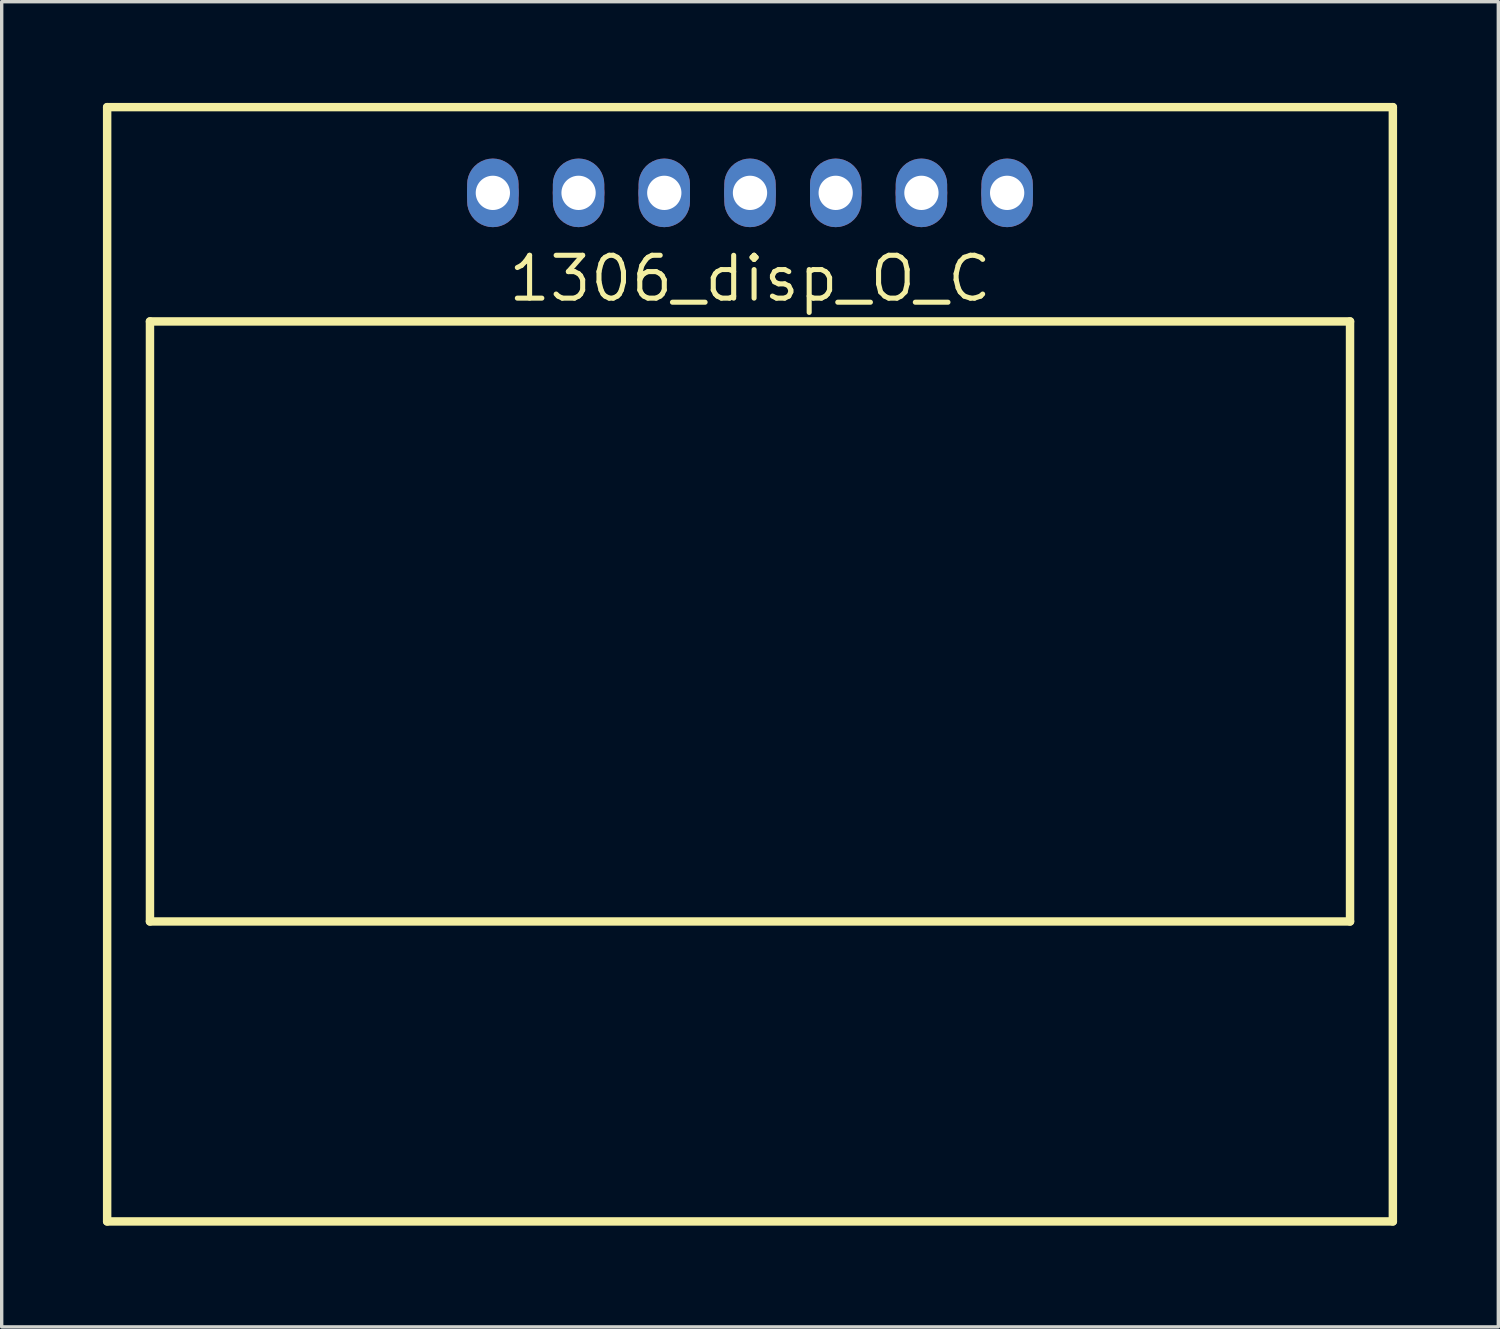
<source format=kicad_pcb>
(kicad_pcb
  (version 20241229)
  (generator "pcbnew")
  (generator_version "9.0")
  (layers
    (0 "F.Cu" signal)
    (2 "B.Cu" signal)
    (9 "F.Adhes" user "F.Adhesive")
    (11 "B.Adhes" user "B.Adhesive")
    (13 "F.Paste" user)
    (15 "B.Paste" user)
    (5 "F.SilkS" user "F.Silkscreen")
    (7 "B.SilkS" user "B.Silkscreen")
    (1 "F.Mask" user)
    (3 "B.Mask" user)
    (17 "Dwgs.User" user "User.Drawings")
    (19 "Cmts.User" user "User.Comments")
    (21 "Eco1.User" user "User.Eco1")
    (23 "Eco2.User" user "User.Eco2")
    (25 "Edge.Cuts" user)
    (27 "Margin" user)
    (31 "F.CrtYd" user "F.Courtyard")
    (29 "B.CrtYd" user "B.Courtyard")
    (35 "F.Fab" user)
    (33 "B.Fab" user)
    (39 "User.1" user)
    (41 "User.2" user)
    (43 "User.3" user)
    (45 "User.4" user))
  (footprint "1306_disp_O_C"
    (layer "F.Cu")
    (at 19.175 5.205)
    (property "Reference" "1306_disp_O_C" (at 0 0 0) (layer "F.SilkS") (effects (font (size 1.27 1.27) (thickness 0.15))))
    (fp_poly (pts (xy -7.501 -3.547) (xy -7.385 -3.519) (xy -7.275 -3.473) (xy -7.172 -3.411) (xy -7.081 -3.333) (xy -7.003 -3.242) (xy -6.941 -3.139) (xy -6.895 -3.029) (xy -6.867 -2.913) (xy -6.858 -2.794) (xy -6.858 -2.286) (xy -6.867 -2.167) (xy -6.895 -2.051) (xy -6.941 -1.941) (xy -7.003 -1.838) (xy -7.081 -1.747) (xy -7.172 -1.669) (xy -7.275 -1.607) (xy -7.385 -1.561) (xy -7.501 -1.533) (xy -7.62 -1.524) (xy -7.739 -1.533) (xy -7.855 -1.561) (xy -7.965 -1.607) (xy -8.068 -1.669) (xy -8.159 -1.747) (xy -8.237 -1.838) (xy -8.299 -1.941) (xy -8.345 -2.051) (xy -8.373 -2.167) (xy -8.382 -2.286) (xy -8.382 -2.794) (xy -8.373 -2.913) (xy -8.345 -3.029) (xy -8.299 -3.139) (xy -8.237 -3.242) (xy -8.159 -3.333) (xy -8.068 -3.411) (xy -7.965 -3.473) (xy -7.855 -3.519) (xy -7.739 -3.547) (xy -7.62 -3.556)) (stroke (width 0) (type default)) (fill yes) (layer "F.Cu"))
    (fp_poly (pts (xy -4.961 -3.547) (xy -4.845 -3.519) (xy -4.735 -3.473) (xy -4.632 -3.411) (xy -4.541 -3.333) (xy -4.463 -3.242) (xy -4.401 -3.139) (xy -4.355 -3.029) (xy -4.327 -2.913) (xy -4.318 -2.794) (xy -4.318 -2.286) (xy -4.327 -2.167) (xy -4.355 -2.051) (xy -4.401 -1.941) (xy -4.463 -1.838) (xy -4.541 -1.747) (xy -4.632 -1.669) (xy -4.735 -1.607) (xy -4.845 -1.561) (xy -4.961 -1.533) (xy -5.08 -1.524) (xy -5.199 -1.533) (xy -5.315 -1.561) (xy -5.425 -1.607) (xy -5.528 -1.669) (xy -5.619 -1.747) (xy -5.697 -1.838) (xy -5.759 -1.941) (xy -5.805 -2.051) (xy -5.833 -2.167) (xy -5.842 -2.286) (xy -5.842 -2.794) (xy -5.833 -2.913) (xy -5.805 -3.029) (xy -5.759 -3.139) (xy -5.697 -3.242) (xy -5.619 -3.333) (xy -5.528 -3.411) (xy -5.425 -3.473) (xy -5.315 -3.519) (xy -5.199 -3.547) (xy -5.08 -3.556)) (stroke (width 0) (type default)) (fill yes) (layer "F.Cu"))
    (fp_poly (pts (xy -2.421 -3.547) (xy -2.305 -3.519) (xy -2.195 -3.473) (xy -2.092 -3.411) (xy -2.001 -3.333) (xy -1.923 -3.242) (xy -1.861 -3.139) (xy -1.815 -3.029) (xy -1.787 -2.913) (xy -1.778 -2.794) (xy -1.778 -2.286) (xy -1.787 -2.167) (xy -1.815 -2.051) (xy -1.861 -1.941) (xy -1.923 -1.838) (xy -2.001 -1.747) (xy -2.092 -1.669) (xy -2.195 -1.607) (xy -2.305 -1.561) (xy -2.421 -1.533) (xy -2.54 -1.524) (xy -2.659 -1.533) (xy -2.775 -1.561) (xy -2.885 -1.607) (xy -2.988 -1.669) (xy -3.079 -1.747) (xy -3.157 -1.838) (xy -3.219 -1.941) (xy -3.265 -2.051) (xy -3.293 -2.167) (xy -3.302 -2.286) (xy -3.302 -2.794) (xy -3.293 -2.913) (xy -3.265 -3.029) (xy -3.219 -3.139) (xy -3.157 -3.242) (xy -3.079 -3.333) (xy -2.988 -3.411) (xy -2.885 -3.473) (xy -2.775 -3.519) (xy -2.659 -3.547) (xy -2.54 -3.556)) (stroke (width 0) (type default)) (fill yes) (layer "F.Cu"))
    (fp_poly (pts (xy 0.119 -3.547) (xy 0.235 -3.519) (xy 0.345 -3.473) (xy 0.448 -3.411) (xy 0.539 -3.333) (xy 0.617 -3.242) (xy 0.679 -3.139) (xy 0.725 -3.029) (xy 0.753 -2.913) (xy 0.762 -2.794) (xy 0.762 -2.286) (xy 0.753 -2.167) (xy 0.725 -2.051) (xy 0.679 -1.941) (xy 0.617 -1.838) (xy 0.539 -1.747) (xy 0.448 -1.669) (xy 0.345 -1.607) (xy 0.235 -1.561) (xy 0.119 -1.533) (xy 0 -1.524) (xy -0.119 -1.533) (xy -0.235 -1.561) (xy -0.345 -1.607) (xy -0.448 -1.669) (xy -0.539 -1.747) (xy -0.617 -1.838) (xy -0.679 -1.941) (xy -0.725 -2.051) (xy -0.753 -2.167) (xy -0.762 -2.286) (xy -0.762 -2.794) (xy -0.753 -2.913) (xy -0.725 -3.029) (xy -0.679 -3.139) (xy -0.617 -3.242) (xy -0.539 -3.333) (xy -0.448 -3.411) (xy -0.345 -3.473) (xy -0.235 -3.519) (xy -0.119 -3.547) (xy 0 -3.556)) (stroke (width 0) (type default)) (fill yes) (layer "F.Cu"))
    (fp_poly (pts (xy 2.659 -3.547) (xy 2.775 -3.519) (xy 2.885 -3.473) (xy 2.988 -3.411) (xy 3.079 -3.333) (xy 3.157 -3.242) (xy 3.219 -3.139) (xy 3.265 -3.029) (xy 3.293 -2.913) (xy 3.302 -2.794) (xy 3.302 -2.286) (xy 3.293 -2.167) (xy 3.265 -2.051) (xy 3.219 -1.941) (xy 3.157 -1.838) (xy 3.079 -1.747) (xy 2.988 -1.669) (xy 2.885 -1.607) (xy 2.775 -1.561) (xy 2.659 -1.533) (xy 2.54 -1.524) (xy 2.421 -1.533) (xy 2.305 -1.561) (xy 2.195 -1.607) (xy 2.092 -1.669) (xy 2.001 -1.747) (xy 1.923 -1.838) (xy 1.861 -1.941) (xy 1.815 -2.051) (xy 1.787 -2.167) (xy 1.778 -2.286) (xy 1.778 -2.794) (xy 1.787 -2.913) (xy 1.815 -3.029) (xy 1.861 -3.139) (xy 1.923 -3.242) (xy 2.001 -3.333) (xy 2.092 -3.411) (xy 2.195 -3.473) (xy 2.305 -3.519) (xy 2.421 -3.547) (xy 2.54 -3.556)) (stroke (width 0) (type default)) (fill yes) (layer "F.Cu"))
    (fp_poly (pts (xy 5.199 -3.547) (xy 5.315 -3.519) (xy 5.425 -3.473) (xy 5.528 -3.411) (xy 5.619 -3.333) (xy 5.697 -3.242) (xy 5.759 -3.139) (xy 5.805 -3.029) (xy 5.833 -2.913) (xy 5.842 -2.794) (xy 5.842 -2.286) (xy 5.833 -2.167) (xy 5.805 -2.051) (xy 5.759 -1.941) (xy 5.697 -1.838) (xy 5.619 -1.747) (xy 5.528 -1.669) (xy 5.425 -1.607) (xy 5.315 -1.561) (xy 5.199 -1.533) (xy 5.08 -1.524) (xy 4.961 -1.533) (xy 4.845 -1.561) (xy 4.735 -1.607) (xy 4.632 -1.669) (xy 4.541 -1.747) (xy 4.463 -1.838) (xy 4.401 -1.941) (xy 4.355 -2.051) (xy 4.327 -2.167) (xy 4.318 -2.286) (xy 4.318 -2.794) (xy 4.327 -2.913) (xy 4.355 -3.029) (xy 4.401 -3.139) (xy 4.463 -3.242) (xy 4.541 -3.333) (xy 4.632 -3.411) (xy 4.735 -3.473) (xy 4.845 -3.519) (xy 4.961 -3.547) (xy 5.08 -3.556)) (stroke (width 0) (type default)) (fill yes) (layer "F.Cu"))
    (fp_poly (pts (xy 7.739 -3.547) (xy 7.855 -3.519) (xy 7.965 -3.473) (xy 8.068 -3.411) (xy 8.159 -3.333) (xy 8.237 -3.242) (xy 8.299 -3.139) (xy 8.345 -3.029) (xy 8.373 -2.913) (xy 8.382 -2.794) (xy 8.382 -2.286) (xy 8.373 -2.167) (xy 8.345 -2.051) (xy 8.299 -1.941) (xy 8.237 -1.838) (xy 8.159 -1.747) (xy 8.068 -1.669) (xy 7.965 -1.607) (xy 7.855 -1.561) (xy 7.739 -1.533) (xy 7.62 -1.524) (xy 7.501 -1.533) (xy 7.385 -1.561) (xy 7.275 -1.607) (xy 7.172 -1.669) (xy 7.081 -1.747) (xy 7.003 -1.838) (xy 6.941 -1.941) (xy 6.895 -2.051) (xy 6.867 -2.167) (xy 6.858 -2.286) (xy 6.858 -2.794) (xy 6.867 -2.913) (xy 6.895 -3.029) (xy 6.941 -3.139) (xy 7.003 -3.242) (xy 7.081 -3.333) (xy 7.172 -3.411) (xy 7.275 -3.473) (xy 7.385 -3.519) (xy 7.501 -3.547) (xy 7.62 -3.556)) (stroke (width 0) (type default)) (fill yes) (layer "F.Cu"))
    (fp_poly (pts (xy -7.493 -3.597) (xy -7.369 -3.567) (xy -7.251 -3.518) (xy -7.142 -3.452) (xy -7.045 -3.369) (xy -6.962 -3.272) (xy -6.896 -3.163) (xy -6.847 -3.045) (xy -6.817 -2.921) (xy -6.807 -2.794) (xy -6.807 -2.286) (xy -6.817 -2.159) (xy -6.847 -2.035) (xy -6.896 -1.917) (xy -6.962 -1.808) (xy -7.045 -1.711) (xy -7.142 -1.628) (xy -7.251 -1.562) (xy -7.369 -1.513) (xy -7.493 -1.483) (xy -7.62 -1.473) (xy -7.747 -1.483) (xy -7.871 -1.513) (xy -7.989 -1.562) (xy -8.098 -1.628) (xy -8.195 -1.711) (xy -8.278 -1.808) (xy -8.344 -1.917) (xy -8.393 -2.035) (xy -8.423 -2.159) (xy -8.433 -2.286) (xy -8.433 -2.794) (xy -8.423 -2.921) (xy -8.393 -3.045) (xy -8.344 -3.163) (xy -8.278 -3.272) (xy -8.195 -3.369) (xy -8.098 -3.452) (xy -7.989 -3.518) (xy -7.871 -3.567) (xy -7.747 -3.597) (xy -7.62 -3.607)) (stroke (width 0) (type default)) (fill yes) (layer "F.Mask"))
    (fp_poly (pts (xy -4.953 -3.597) (xy -4.829 -3.567) (xy -4.711 -3.518) (xy -4.602 -3.452) (xy -4.505 -3.369) (xy -4.422 -3.272) (xy -4.356 -3.163) (xy -4.307 -3.045) (xy -4.277 -2.921) (xy -4.267 -2.794) (xy -4.267 -2.286) (xy -4.277 -2.159) (xy -4.307 -2.035) (xy -4.356 -1.917) (xy -4.422 -1.808) (xy -4.505 -1.711) (xy -4.602 -1.628) (xy -4.711 -1.562) (xy -4.829 -1.513) (xy -4.953 -1.483) (xy -5.08 -1.473) (xy -5.207 -1.483) (xy -5.331 -1.513) (xy -5.449 -1.562) (xy -5.558 -1.628) (xy -5.655 -1.711) (xy -5.738 -1.808) (xy -5.804 -1.917) (xy -5.853 -2.035) (xy -5.883 -2.159) (xy -5.893 -2.286) (xy -5.893 -2.794) (xy -5.883 -2.921) (xy -5.853 -3.045) (xy -5.804 -3.163) (xy -5.738 -3.272) (xy -5.655 -3.369) (xy -5.558 -3.452) (xy -5.449 -3.518) (xy -5.331 -3.567) (xy -5.207 -3.597) (xy -5.08 -3.607)) (stroke (width 0) (type default)) (fill yes) (layer "F.Mask"))
    (fp_poly (pts (xy -2.413 -3.597) (xy -2.289 -3.567) (xy -2.171 -3.518) (xy -2.062 -3.452) (xy -1.965 -3.369) (xy -1.882 -3.272) (xy -1.816 -3.163) (xy -1.767 -3.045) (xy -1.737 -2.921) (xy -1.727 -2.794) (xy -1.727 -2.286) (xy -1.737 -2.159) (xy -1.767 -2.035) (xy -1.816 -1.917) (xy -1.882 -1.808) (xy -1.965 -1.711) (xy -2.062 -1.628) (xy -2.171 -1.562) (xy -2.289 -1.513) (xy -2.413 -1.483) (xy -2.54 -1.473) (xy -2.667 -1.483) (xy -2.791 -1.513) (xy -2.909 -1.562) (xy -3.018 -1.628) (xy -3.115 -1.711) (xy -3.198 -1.808) (xy -3.264 -1.917) (xy -3.313 -2.035) (xy -3.343 -2.159) (xy -3.353 -2.286) (xy -3.353 -2.794) (xy -3.343 -2.921) (xy -3.313 -3.045) (xy -3.264 -3.163) (xy -3.198 -3.272) (xy -3.115 -3.369) (xy -3.018 -3.452) (xy -2.909 -3.518) (xy -2.791 -3.567) (xy -2.667 -3.597) (xy -2.54 -3.607)) (stroke (width 0) (type default)) (fill yes) (layer "F.Mask"))
    (fp_poly (pts (xy 0.127 -3.597) (xy 0.251 -3.567) (xy 0.369 -3.518) (xy 0.478 -3.452) (xy 0.575 -3.369) (xy 0.658 -3.272) (xy 0.724 -3.163) (xy 0.773 -3.045) (xy 0.803 -2.921) (xy 0.813 -2.794) (xy 0.813 -2.286) (xy 0.803 -2.159) (xy 0.773 -2.035) (xy 0.724 -1.917) (xy 0.658 -1.808) (xy 0.575 -1.711) (xy 0.478 -1.628) (xy 0.369 -1.562) (xy 0.251 -1.513) (xy 0.127 -1.483) (xy 0 -1.473) (xy -0.127 -1.483) (xy -0.251 -1.513) (xy -0.369 -1.562) (xy -0.478 -1.628) (xy -0.575 -1.711) (xy -0.658 -1.808) (xy -0.724 -1.917) (xy -0.773 -2.035) (xy -0.803 -2.159) (xy -0.813 -2.286) (xy -0.813 -2.794) (xy -0.803 -2.921) (xy -0.773 -3.045) (xy -0.724 -3.163) (xy -0.658 -3.272) (xy -0.575 -3.369) (xy -0.478 -3.452) (xy -0.369 -3.518) (xy -0.251 -3.567) (xy -0.127 -3.597) (xy 0 -3.607)) (stroke (width 0) (type default)) (fill yes) (layer "F.Mask"))
    (fp_poly (pts (xy 2.667 -3.597) (xy 2.791 -3.567) (xy 2.909 -3.518) (xy 3.018 -3.452) (xy 3.115 -3.369) (xy 3.198 -3.272) (xy 3.264 -3.163) (xy 3.313 -3.045) (xy 3.343 -2.921) (xy 3.353 -2.794) (xy 3.353 -2.286) (xy 3.343 -2.159) (xy 3.313 -2.035) (xy 3.264 -1.917) (xy 3.198 -1.808) (xy 3.115 -1.711) (xy 3.018 -1.628) (xy 2.909 -1.562) (xy 2.791 -1.513) (xy 2.667 -1.483) (xy 2.54 -1.473) (xy 2.413 -1.483) (xy 2.289 -1.513) (xy 2.171 -1.562) (xy 2.062 -1.628) (xy 1.965 -1.711) (xy 1.882 -1.808) (xy 1.816 -1.917) (xy 1.767 -2.035) (xy 1.737 -2.159) (xy 1.727 -2.286) (xy 1.727 -2.794) (xy 1.737 -2.921) (xy 1.767 -3.045) (xy 1.816 -3.163) (xy 1.882 -3.272) (xy 1.965 -3.369) (xy 2.062 -3.452) (xy 2.171 -3.518) (xy 2.289 -3.567) (xy 2.413 -3.597) (xy 2.54 -3.607)) (stroke (width 0) (type default)) (fill yes) (layer "F.Mask"))
    (fp_poly (pts (xy 5.207 -3.597) (xy 5.331 -3.567) (xy 5.449 -3.518) (xy 5.558 -3.452) (xy 5.655 -3.369) (xy 5.738 -3.272) (xy 5.804 -3.163) (xy 5.853 -3.045) (xy 5.883 -2.921) (xy 5.893 -2.794) (xy 5.893 -2.286) (xy 5.883 -2.159) (xy 5.853 -2.035) (xy 5.804 -1.917) (xy 5.738 -1.808) (xy 5.655 -1.711) (xy 5.558 -1.628) (xy 5.449 -1.562) (xy 5.331 -1.513) (xy 5.207 -1.483) (xy 5.08 -1.473) (xy 4.953 -1.483) (xy 4.829 -1.513) (xy 4.711 -1.562) (xy 4.602 -1.628) (xy 4.505 -1.711) (xy 4.422 -1.808) (xy 4.356 -1.917) (xy 4.307 -2.035) (xy 4.277 -2.159) (xy 4.267 -2.286) (xy 4.267 -2.794) (xy 4.277 -2.921) (xy 4.307 -3.045) (xy 4.356 -3.163) (xy 4.422 -3.272) (xy 4.505 -3.369) (xy 4.602 -3.452) (xy 4.711 -3.518) (xy 4.829 -3.567) (xy 4.953 -3.597) (xy 5.08 -3.607)) (stroke (width 0) (type default)) (fill yes) (layer "F.Mask"))
    (fp_poly (pts (xy 7.747 -3.597) (xy 7.871 -3.567) (xy 7.989 -3.518) (xy 8.098 -3.452) (xy 8.195 -3.369) (xy 8.278 -3.272) (xy 8.344 -3.163) (xy 8.393 -3.045) (xy 8.423 -2.921) (xy 8.433 -2.794) (xy 8.433 -2.286) (xy 8.423 -2.159) (xy 8.393 -2.035) (xy 8.344 -1.917) (xy 8.278 -1.808) (xy 8.195 -1.711) (xy 8.098 -1.628) (xy 7.989 -1.562) (xy 7.871 -1.513) (xy 7.747 -1.483) (xy 7.62 -1.473) (xy 7.493 -1.483) (xy 7.369 -1.513) (xy 7.251 -1.562) (xy 7.142 -1.628) (xy 7.045 -1.711) (xy 6.962 -1.808) (xy 6.896 -1.917) (xy 6.847 -2.035) (xy 6.817 -2.159) (xy 6.807 -2.286) (xy 6.807 -2.794) (xy 6.817 -2.921) (xy 6.847 -3.045) (xy 6.896 -3.163) (xy 6.962 -3.272) (xy 7.045 -3.369) (xy 7.142 -3.452) (xy 7.251 -3.518) (xy 7.369 -3.567) (xy 7.493 -3.597) (xy 7.62 -3.607)) (stroke (width 0) (type default)) (fill yes) (layer "F.Mask"))
    (fp_poly (pts (xy -7.501 -3.547) (xy -7.385 -3.519) (xy -7.275 -3.473) (xy -7.172 -3.411) (xy -7.081 -3.333) (xy -7.003 -3.242) (xy -6.941 -3.139) (xy -6.895 -3.029) (xy -6.867 -2.913) (xy -6.858 -2.794) (xy -6.858 -2.286) (xy -6.867 -2.167) (xy -6.895 -2.051) (xy -6.941 -1.941) (xy -7.003 -1.838) (xy -7.081 -1.747) (xy -7.172 -1.669) (xy -7.275 -1.607) (xy -7.385 -1.561) (xy -7.501 -1.533) (xy -7.62 -1.524) (xy -7.739 -1.533) (xy -7.855 -1.561) (xy -7.965 -1.607) (xy -8.068 -1.669) (xy -8.159 -1.747) (xy -8.237 -1.838) (xy -8.299 -1.941) (xy -8.345 -2.051) (xy -8.373 -2.167) (xy -8.382 -2.286) (xy -8.382 -2.794) (xy -8.373 -2.913) (xy -8.345 -3.029) (xy -8.299 -3.139) (xy -8.237 -3.242) (xy -8.159 -3.333) (xy -8.068 -3.411) (xy -7.965 -3.473) (xy -7.855 -3.519) (xy -7.739 -3.547) (xy -7.62 -3.556)) (stroke (width 0) (type default)) (fill yes) (layer "B.Cu"))
    (fp_poly (pts (xy -4.961 -3.547) (xy -4.845 -3.519) (xy -4.735 -3.473) (xy -4.632 -3.411) (xy -4.541 -3.333) (xy -4.463 -3.242) (xy -4.401 -3.139) (xy -4.355 -3.029) (xy -4.327 -2.913) (xy -4.318 -2.794) (xy -4.318 -2.286) (xy -4.327 -2.167) (xy -4.355 -2.051) (xy -4.401 -1.941) (xy -4.463 -1.838) (xy -4.541 -1.747) (xy -4.632 -1.669) (xy -4.735 -1.607) (xy -4.845 -1.561) (xy -4.961 -1.533) (xy -5.08 -1.524) (xy -5.199 -1.533) (xy -5.315 -1.561) (xy -5.425 -1.607) (xy -5.528 -1.669) (xy -5.619 -1.747) (xy -5.697 -1.838) (xy -5.759 -1.941) (xy -5.805 -2.051) (xy -5.833 -2.167) (xy -5.842 -2.286) (xy -5.842 -2.794) (xy -5.833 -2.913) (xy -5.805 -3.029) (xy -5.759 -3.139) (xy -5.697 -3.242) (xy -5.619 -3.333) (xy -5.528 -3.411) (xy -5.425 -3.473) (xy -5.315 -3.519) (xy -5.199 -3.547) (xy -5.08 -3.556)) (stroke (width 0) (type default)) (fill yes) (layer "B.Cu"))
    (fp_poly (pts (xy -2.421 -3.547) (xy -2.305 -3.519) (xy -2.195 -3.473) (xy -2.092 -3.411) (xy -2.001 -3.333) (xy -1.923 -3.242) (xy -1.861 -3.139) (xy -1.815 -3.029) (xy -1.787 -2.913) (xy -1.778 -2.794) (xy -1.778 -2.286) (xy -1.787 -2.167) (xy -1.815 -2.051) (xy -1.861 -1.941) (xy -1.923 -1.838) (xy -2.001 -1.747) (xy -2.092 -1.669) (xy -2.195 -1.607) (xy -2.305 -1.561) (xy -2.421 -1.533) (xy -2.54 -1.524) (xy -2.659 -1.533) (xy -2.775 -1.561) (xy -2.885 -1.607) (xy -2.988 -1.669) (xy -3.079 -1.747) (xy -3.157 -1.838) (xy -3.219 -1.941) (xy -3.265 -2.051) (xy -3.293 -2.167) (xy -3.302 -2.286) (xy -3.302 -2.794) (xy -3.293 -2.913) (xy -3.265 -3.029) (xy -3.219 -3.139) (xy -3.157 -3.242) (xy -3.079 -3.333) (xy -2.988 -3.411) (xy -2.885 -3.473) (xy -2.775 -3.519) (xy -2.659 -3.547) (xy -2.54 -3.556)) (stroke (width 0) (type default)) (fill yes) (layer "B.Cu"))
    (fp_poly (pts (xy 0.119 -3.547) (xy 0.235 -3.519) (xy 0.345 -3.473) (xy 0.448 -3.411) (xy 0.539 -3.333) (xy 0.617 -3.242) (xy 0.679 -3.139) (xy 0.725 -3.029) (xy 0.753 -2.913) (xy 0.762 -2.794) (xy 0.762 -2.286) (xy 0.753 -2.167) (xy 0.725 -2.051) (xy 0.679 -1.941) (xy 0.617 -1.838) (xy 0.539 -1.747) (xy 0.448 -1.669) (xy 0.345 -1.607) (xy 0.235 -1.561) (xy 0.119 -1.533) (xy 0 -1.524) (xy -0.119 -1.533) (xy -0.235 -1.561) (xy -0.345 -1.607) (xy -0.448 -1.669) (xy -0.539 -1.747) (xy -0.617 -1.838) (xy -0.679 -1.941) (xy -0.725 -2.051) (xy -0.753 -2.167) (xy -0.762 -2.286) (xy -0.762 -2.794) (xy -0.753 -2.913) (xy -0.725 -3.029) (xy -0.679 -3.139) (xy -0.617 -3.242) (xy -0.539 -3.333) (xy -0.448 -3.411) (xy -0.345 -3.473) (xy -0.235 -3.519) (xy -0.119 -3.547) (xy 0 -3.556)) (stroke (width 0) (type default)) (fill yes) (layer "B.Cu"))
    (fp_poly (pts (xy 2.659 -3.547) (xy 2.775 -3.519) (xy 2.885 -3.473) (xy 2.988 -3.411) (xy 3.079 -3.333) (xy 3.157 -3.242) (xy 3.219 -3.139) (xy 3.265 -3.029) (xy 3.293 -2.913) (xy 3.302 -2.794) (xy 3.302 -2.286) (xy 3.293 -2.167) (xy 3.265 -2.051) (xy 3.219 -1.941) (xy 3.157 -1.838) (xy 3.079 -1.747) (xy 2.988 -1.669) (xy 2.885 -1.607) (xy 2.775 -1.561) (xy 2.659 -1.533) (xy 2.54 -1.524) (xy 2.421 -1.533) (xy 2.305 -1.561) (xy 2.195 -1.607) (xy 2.092 -1.669) (xy 2.001 -1.747) (xy 1.923 -1.838) (xy 1.861 -1.941) (xy 1.815 -2.051) (xy 1.787 -2.167) (xy 1.778 -2.286) (xy 1.778 -2.794) (xy 1.787 -2.913) (xy 1.815 -3.029) (xy 1.861 -3.139) (xy 1.923 -3.242) (xy 2.001 -3.333) (xy 2.092 -3.411) (xy 2.195 -3.473) (xy 2.305 -3.519) (xy 2.421 -3.547) (xy 2.54 -3.556)) (stroke (width 0) (type default)) (fill yes) (layer "B.Cu"))
    (fp_poly (pts (xy 5.199 -3.547) (xy 5.315 -3.519) (xy 5.425 -3.473) (xy 5.528 -3.411) (xy 5.619 -3.333) (xy 5.697 -3.242) (xy 5.759 -3.139) (xy 5.805 -3.029) (xy 5.833 -2.913) (xy 5.842 -2.794) (xy 5.842 -2.286) (xy 5.833 -2.167) (xy 5.805 -2.051) (xy 5.759 -1.941) (xy 5.697 -1.838) (xy 5.619 -1.747) (xy 5.528 -1.669) (xy 5.425 -1.607) (xy 5.315 -1.561) (xy 5.199 -1.533) (xy 5.08 -1.524) (xy 4.961 -1.533) (xy 4.845 -1.561) (xy 4.735 -1.607) (xy 4.632 -1.669) (xy 4.541 -1.747) (xy 4.463 -1.838) (xy 4.401 -1.941) (xy 4.355 -2.051) (xy 4.327 -2.167) (xy 4.318 -2.286) (xy 4.318 -2.794) (xy 4.327 -2.913) (xy 4.355 -3.029) (xy 4.401 -3.139) (xy 4.463 -3.242) (xy 4.541 -3.333) (xy 4.632 -3.411) (xy 4.735 -3.473) (xy 4.845 -3.519) (xy 4.961 -3.547) (xy 5.08 -3.556)) (stroke (width 0) (type default)) (fill yes) (layer "B.Cu"))
    (fp_poly (pts (xy 7.739 -3.547) (xy 7.855 -3.519) (xy 7.965 -3.473) (xy 8.068 -3.411) (xy 8.159 -3.333) (xy 8.237 -3.242) (xy 8.299 -3.139) (xy 8.345 -3.029) (xy 8.373 -2.913) (xy 8.382 -2.794) (xy 8.382 -2.286) (xy 8.373 -2.167) (xy 8.345 -2.051) (xy 8.299 -1.941) (xy 8.237 -1.838) (xy 8.159 -1.747) (xy 8.068 -1.669) (xy 7.965 -1.607) (xy 7.855 -1.561) (xy 7.739 -1.533) (xy 7.62 -1.524) (xy 7.501 -1.533) (xy 7.385 -1.561) (xy 7.275 -1.607) (xy 7.172 -1.669) (xy 7.081 -1.747) (xy 7.003 -1.838) (xy 6.941 -1.941) (xy 6.895 -2.051) (xy 6.867 -2.167) (xy 6.858 -2.286) (xy 6.858 -2.794) (xy 6.867 -2.913) (xy 6.895 -3.029) (xy 6.941 -3.139) (xy 7.003 -3.242) (xy 7.081 -3.333) (xy 7.172 -3.411) (xy 7.275 -3.473) (xy 7.385 -3.519) (xy 7.501 -3.547) (xy 7.62 -3.556)) (stroke (width 0) (type default)) (fill yes) (layer "B.Cu"))
    (fp_poly (pts (xy -7.493 -3.597) (xy -7.369 -3.567) (xy -7.251 -3.518) (xy -7.142 -3.452) (xy -7.045 -3.369) (xy -6.962 -3.272) (xy -6.896 -3.163) (xy -6.847 -3.045) (xy -6.817 -2.921) (xy -6.807 -2.794) (xy -6.807 -2.286) (xy -6.817 -2.159) (xy -6.847 -2.035) (xy -6.896 -1.917) (xy -6.962 -1.808) (xy -7.045 -1.711) (xy -7.142 -1.628) (xy -7.251 -1.562) (xy -7.369 -1.513) (xy -7.493 -1.483) (xy -7.62 -1.473) (xy -7.747 -1.483) (xy -7.871 -1.513) (xy -7.989 -1.562) (xy -8.098 -1.628) (xy -8.195 -1.711) (xy -8.278 -1.808) (xy -8.344 -1.917) (xy -8.393 -2.035) (xy -8.423 -2.159) (xy -8.433 -2.286) (xy -8.433 -2.794) (xy -8.423 -2.921) (xy -8.393 -3.045) (xy -8.344 -3.163) (xy -8.278 -3.272) (xy -8.195 -3.369) (xy -8.098 -3.452) (xy -7.989 -3.518) (xy -7.871 -3.567) (xy -7.747 -3.597) (xy -7.62 -3.607)) (stroke (width 0) (type default)) (fill yes) (layer "B.Mask"))
    (fp_poly (pts (xy -4.953 -3.597) (xy -4.829 -3.567) (xy -4.711 -3.518) (xy -4.602 -3.452) (xy -4.505 -3.369) (xy -4.422 -3.272) (xy -4.356 -3.163) (xy -4.307 -3.045) (xy -4.277 -2.921) (xy -4.267 -2.794) (xy -4.267 -2.286) (xy -4.277 -2.159) (xy -4.307 -2.035) (xy -4.356 -1.917) (xy -4.422 -1.808) (xy -4.505 -1.711) (xy -4.602 -1.628) (xy -4.711 -1.562) (xy -4.829 -1.513) (xy -4.953 -1.483) (xy -5.08 -1.473) (xy -5.207 -1.483) (xy -5.331 -1.513) (xy -5.449 -1.562) (xy -5.558 -1.628) (xy -5.655 -1.711) (xy -5.738 -1.808) (xy -5.804 -1.917) (xy -5.853 -2.035) (xy -5.883 -2.159) (xy -5.893 -2.286) (xy -5.893 -2.794) (xy -5.883 -2.921) (xy -5.853 -3.045) (xy -5.804 -3.163) (xy -5.738 -3.272) (xy -5.655 -3.369) (xy -5.558 -3.452) (xy -5.449 -3.518) (xy -5.331 -3.567) (xy -5.207 -3.597) (xy -5.08 -3.607)) (stroke (width 0) (type default)) (fill yes) (layer "B.Mask"))
    (fp_poly (pts (xy -2.413 -3.597) (xy -2.289 -3.567) (xy -2.171 -3.518) (xy -2.062 -3.452) (xy -1.965 -3.369) (xy -1.882 -3.272) (xy -1.816 -3.163) (xy -1.767 -3.045) (xy -1.737 -2.921) (xy -1.727 -2.794) (xy -1.727 -2.286) (xy -1.737 -2.159) (xy -1.767 -2.035) (xy -1.816 -1.917) (xy -1.882 -1.808) (xy -1.965 -1.711) (xy -2.062 -1.628) (xy -2.171 -1.562) (xy -2.289 -1.513) (xy -2.413 -1.483) (xy -2.54 -1.473) (xy -2.667 -1.483) (xy -2.791 -1.513) (xy -2.909 -1.562) (xy -3.018 -1.628) (xy -3.115 -1.711) (xy -3.198 -1.808) (xy -3.264 -1.917) (xy -3.313 -2.035) (xy -3.343 -2.159) (xy -3.353 -2.286) (xy -3.353 -2.794) (xy -3.343 -2.921) (xy -3.313 -3.045) (xy -3.264 -3.163) (xy -3.198 -3.272) (xy -3.115 -3.369) (xy -3.018 -3.452) (xy -2.909 -3.518) (xy -2.791 -3.567) (xy -2.667 -3.597) (xy -2.54 -3.607)) (stroke (width 0) (type default)) (fill yes) (layer "B.Mask"))
    (fp_poly (pts (xy 0.127 -3.597) (xy 0.251 -3.567) (xy 0.369 -3.518) (xy 0.478 -3.452) (xy 0.575 -3.369) (xy 0.658 -3.272) (xy 0.724 -3.163) (xy 0.773 -3.045) (xy 0.803 -2.921) (xy 0.813 -2.794) (xy 0.813 -2.286) (xy 0.803 -2.159) (xy 0.773 -2.035) (xy 0.724 -1.917) (xy 0.658 -1.808) (xy 0.575 -1.711) (xy 0.478 -1.628) (xy 0.369 -1.562) (xy 0.251 -1.513) (xy 0.127 -1.483) (xy 0 -1.473) (xy -0.127 -1.483) (xy -0.251 -1.513) (xy -0.369 -1.562) (xy -0.478 -1.628) (xy -0.575 -1.711) (xy -0.658 -1.808) (xy -0.724 -1.917) (xy -0.773 -2.035) (xy -0.803 -2.159) (xy -0.813 -2.286) (xy -0.813 -2.794) (xy -0.803 -2.921) (xy -0.773 -3.045) (xy -0.724 -3.163) (xy -0.658 -3.272) (xy -0.575 -3.369) (xy -0.478 -3.452) (xy -0.369 -3.518) (xy -0.251 -3.567) (xy -0.127 -3.597) (xy 0 -3.607)) (stroke (width 0) (type default)) (fill yes) (layer "B.Mask"))
    (fp_poly (pts (xy 2.667 -3.597) (xy 2.791 -3.567) (xy 2.909 -3.518) (xy 3.018 -3.452) (xy 3.115 -3.369) (xy 3.198 -3.272) (xy 3.264 -3.163) (xy 3.313 -3.045) (xy 3.343 -2.921) (xy 3.353 -2.794) (xy 3.353 -2.286) (xy 3.343 -2.159) (xy 3.313 -2.035) (xy 3.264 -1.917) (xy 3.198 -1.808) (xy 3.115 -1.711) (xy 3.018 -1.628) (xy 2.909 -1.562) (xy 2.791 -1.513) (xy 2.667 -1.483) (xy 2.54 -1.473) (xy 2.413 -1.483) (xy 2.289 -1.513) (xy 2.171 -1.562) (xy 2.062 -1.628) (xy 1.965 -1.711) (xy 1.882 -1.808) (xy 1.816 -1.917) (xy 1.767 -2.035) (xy 1.737 -2.159) (xy 1.727 -2.286) (xy 1.727 -2.794) (xy 1.737 -2.921) (xy 1.767 -3.045) (xy 1.816 -3.163) (xy 1.882 -3.272) (xy 1.965 -3.369) (xy 2.062 -3.452) (xy 2.171 -3.518) (xy 2.289 -3.567) (xy 2.413 -3.597) (xy 2.54 -3.607)) (stroke (width 0) (type default)) (fill yes) (layer "B.Mask"))
    (fp_poly (pts (xy 5.207 -3.597) (xy 5.331 -3.567) (xy 5.449 -3.518) (xy 5.558 -3.452) (xy 5.655 -3.369) (xy 5.738 -3.272) (xy 5.804 -3.163) (xy 5.853 -3.045) (xy 5.883 -2.921) (xy 5.893 -2.794) (xy 5.893 -2.286) (xy 5.883 -2.159) (xy 5.853 -2.035) (xy 5.804 -1.917) (xy 5.738 -1.808) (xy 5.655 -1.711) (xy 5.558 -1.628) (xy 5.449 -1.562) (xy 5.331 -1.513) (xy 5.207 -1.483) (xy 5.08 -1.473) (xy 4.953 -1.483) (xy 4.829 -1.513) (xy 4.711 -1.562) (xy 4.602 -1.628) (xy 4.505 -1.711) (xy 4.422 -1.808) (xy 4.356 -1.917) (xy 4.307 -2.035) (xy 4.277 -2.159) (xy 4.267 -2.286) (xy 4.267 -2.794) (xy 4.277 -2.921) (xy 4.307 -3.045) (xy 4.356 -3.163) (xy 4.422 -3.272) (xy 4.505 -3.369) (xy 4.602 -3.452) (xy 4.711 -3.518) (xy 4.829 -3.567) (xy 4.953 -3.597) (xy 5.08 -3.607)) (stroke (width 0) (type default)) (fill yes) (layer "B.Mask"))
    (fp_poly (pts (xy 7.747 -3.597) (xy 7.871 -3.567) (xy 7.989 -3.518) (xy 8.098 -3.452) (xy 8.195 -3.369) (xy 8.278 -3.272) (xy 8.344 -3.163) (xy 8.393 -3.045) (xy 8.423 -2.921) (xy 8.433 -2.794) (xy 8.433 -2.286) (xy 8.423 -2.159) (xy 8.393 -2.035) (xy 8.344 -1.917) (xy 8.278 -1.808) (xy 8.195 -1.711) (xy 8.098 -1.628) (xy 7.989 -1.562) (xy 7.871 -1.513) (xy 7.747 -1.483) (xy 7.62 -1.473) (xy 7.493 -1.483) (xy 7.369 -1.513) (xy 7.251 -1.562) (xy 7.142 -1.628) (xy 7.045 -1.711) (xy 6.962 -1.808) (xy 6.896 -1.917) (xy 6.847 -2.035) (xy 6.817 -2.159) (xy 6.807 -2.286) (xy 6.807 -2.794) (xy 6.817 -2.921) (xy 6.847 -3.045) (xy 6.896 -3.163) (xy 6.962 -3.272) (xy 7.045 -3.369) (xy 7.142 -3.452) (xy 7.251 -3.518) (xy 7.369 -3.567) (xy 7.493 -3.597) (xy 7.62 -3.607)) (stroke (width 0) (type default)) (fill yes) (layer "B.Mask"))
    (fp_line (start -19.05 -5.08) (end 19.05 -5.08) (stroke (width 0.25) (type solid)) (layer "F.SilkS"))
    (fp_line (start -19.05 27.94) (end -19.05 -5.08) (stroke (width 0.25) (type solid)) (layer "F.SilkS"))
    (fp_line (start -17.781 1.27) (end 17.781 1.27) (stroke (width 0.25) (type solid)) (layer "F.SilkS"))
    (fp_line (start -17.781 19.051) (end -17.781 1.27) (stroke (width 0.25) (type solid)) (layer "F.SilkS"))
    (fp_line (start 17.781 1.27) (end 17.781 19.051) (stroke (width 0.25) (type solid)) (layer "F.SilkS"))
    (fp_line (start 17.781 19.051) (end -17.781 19.051) (stroke (width 0.25) (type solid)) (layer "F.SilkS"))
    (fp_line (start 19.05 -5.08) (end 19.05 27.94) (stroke (width 0.25) (type solid)) (layer "F.SilkS"))
    (fp_line (start 19.05 27.94) (end -19.05 27.94) (stroke (width 0.25) (type solid)) (layer "F.SilkS"))
    (pad "1" thru_hole circle (at -7.62 -2.54) (size 1.524 1.524) (drill 1.016) (layers "*.Cu"))
    (pad "2" thru_hole circle (at -5.08 -2.54) (size 1.524 1.524) (drill 1.016) (layers "*.Cu"))
    (pad "3" thru_hole circle (at -2.54 -2.54) (size 1.524 1.524) (drill 1.016) (layers "*.Cu"))
    (pad "4" thru_hole circle (at 0 -2.54) (size 1.524 1.524) (drill 1.016) (layers "*.Cu"))
    (pad "5" thru_hole circle (at 2.54 -2.54) (size 1.524 1.524) (drill 1.016) (layers "*.Cu"))
    (pad "6" thru_hole circle (at 5.08 -2.54) (size 1.524 1.524) (drill 1.016) (layers "*.Cu"))
    (pad "7" thru_hole circle (at 7.62 -2.54) (size 1.524 1.524) (drill 1.016) (layers "*.Cu")))
  (gr_rect
    (start -3 -3)
    (end 41.35 36.27)
    (stroke (width 0.1) (type default))
    (fill no)
    (layer "Edge.Cuts")))
</source>
